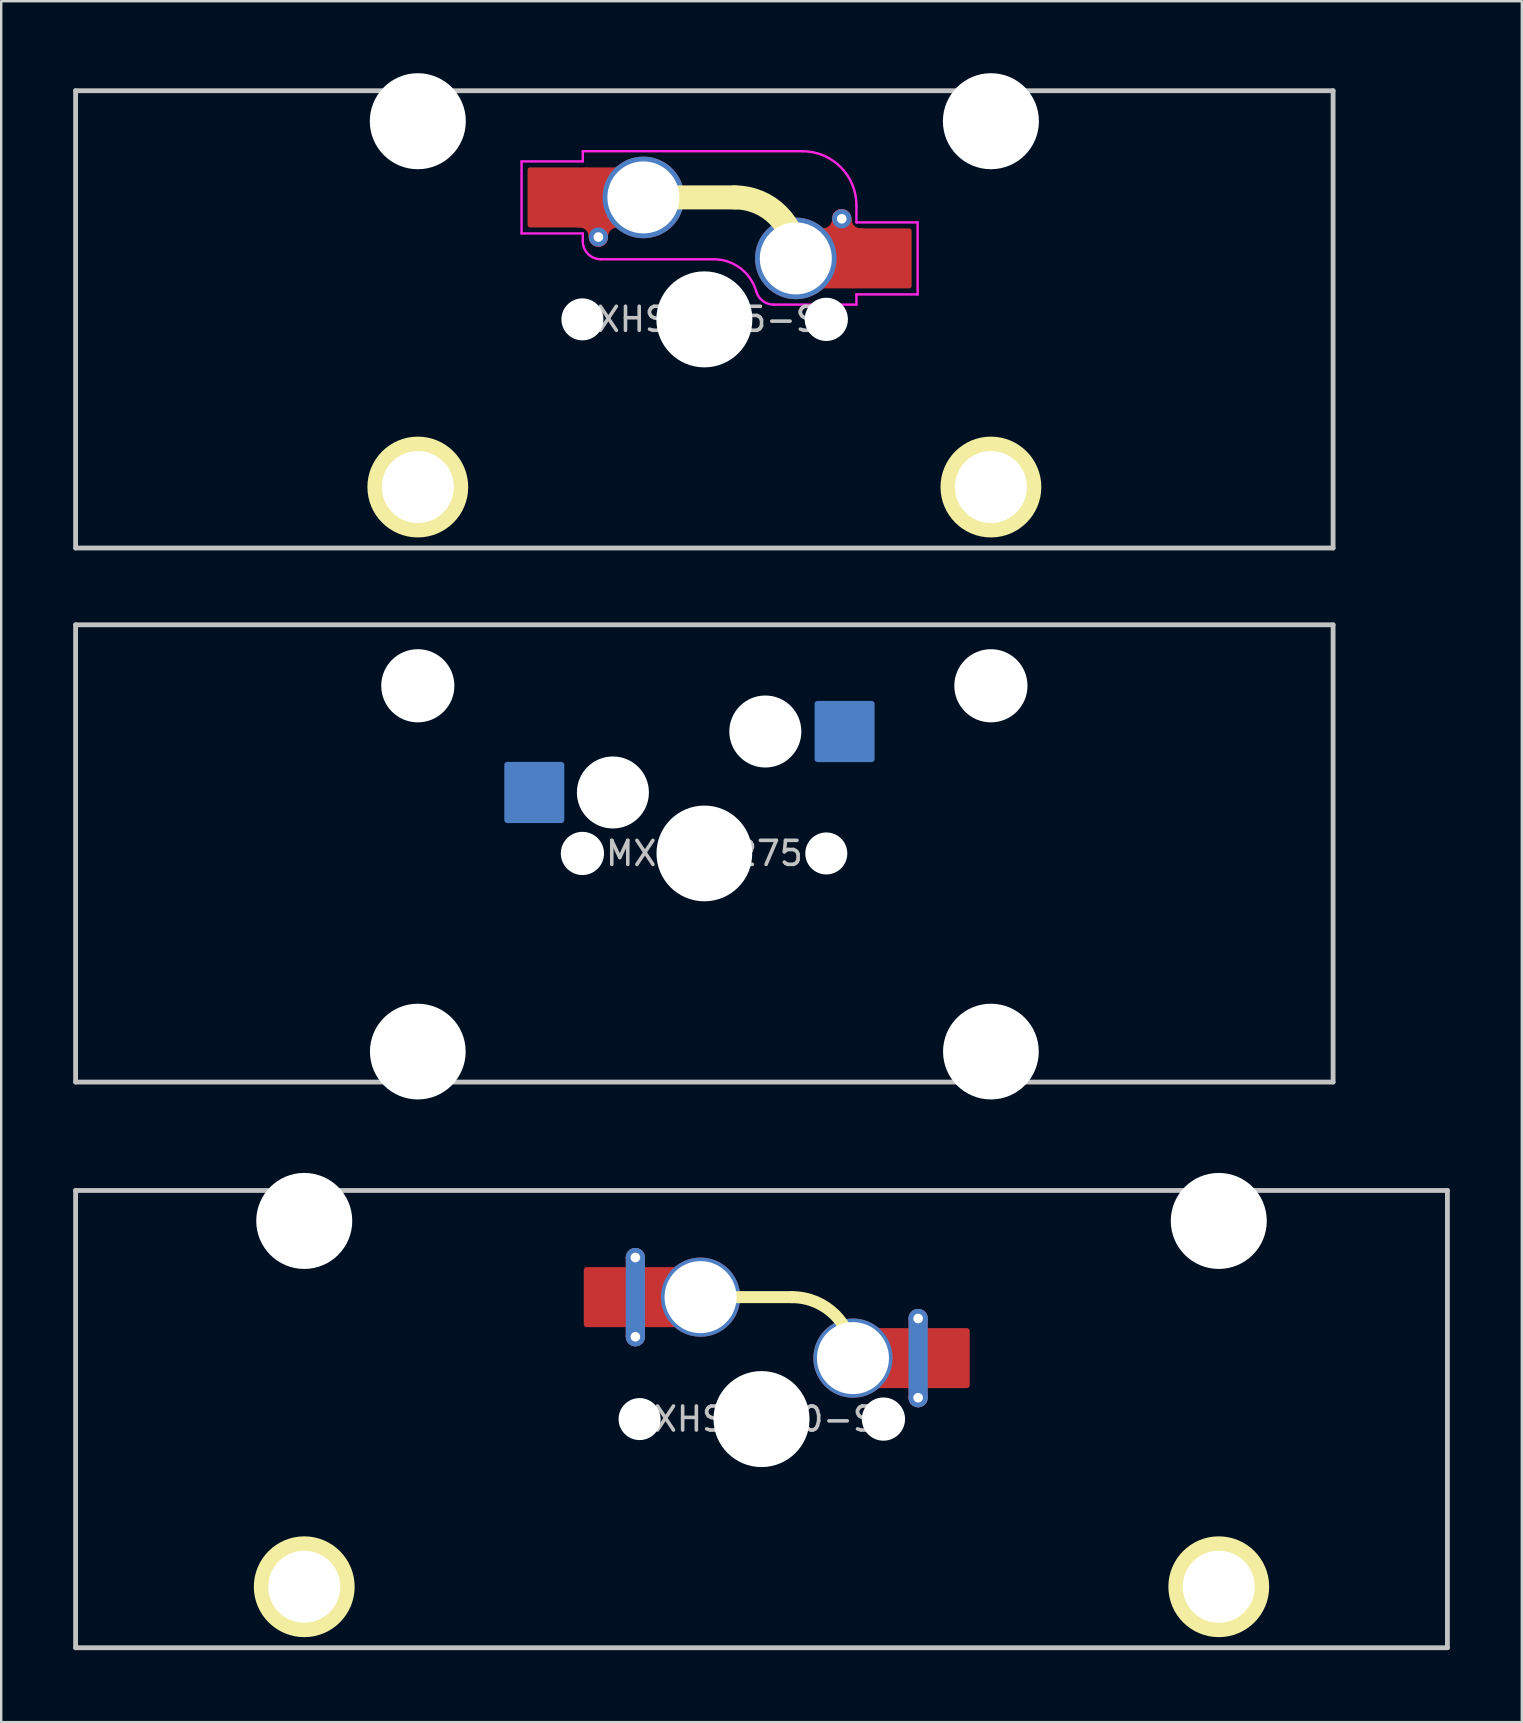
<source format=kicad_pcb>
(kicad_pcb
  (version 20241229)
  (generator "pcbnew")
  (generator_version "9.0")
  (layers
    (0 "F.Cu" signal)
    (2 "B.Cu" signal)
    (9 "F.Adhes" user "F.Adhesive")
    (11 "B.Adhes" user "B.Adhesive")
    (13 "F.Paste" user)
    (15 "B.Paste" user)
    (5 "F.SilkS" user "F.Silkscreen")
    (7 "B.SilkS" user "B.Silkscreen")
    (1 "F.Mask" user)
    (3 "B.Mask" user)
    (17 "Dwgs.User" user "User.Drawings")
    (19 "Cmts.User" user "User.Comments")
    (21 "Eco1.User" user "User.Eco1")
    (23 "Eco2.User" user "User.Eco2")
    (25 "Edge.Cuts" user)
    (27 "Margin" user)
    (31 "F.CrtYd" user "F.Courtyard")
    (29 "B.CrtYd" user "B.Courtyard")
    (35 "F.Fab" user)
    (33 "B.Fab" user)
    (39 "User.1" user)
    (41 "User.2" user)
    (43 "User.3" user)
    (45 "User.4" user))
  (footprint "MXHS-275"
    (layer "F.Cu")
    (at 26.294 32.505)
    (property "Reference" "MXHS-275" (at 0 0 0) (layer "Dwgs.User") (effects (font (size 1 1) (thickness 0.15))))
    (attr through_hole)
    (fp_line (start -26.194 9.525) (end -26.194 -9.525) (stroke (width 0.2) (type solid)) (layer "Dwgs.User"))
    (fp_line (start 26.194 -9.525) (end -26.194 -9.525) (stroke (width 0.2) (type solid)) (layer "Dwgs.User"))
    (fp_line (start 26.194 -9.525) (end 26.194 9.525) (stroke (width 0.2) (type solid)) (layer "Dwgs.User"))
    (fp_line (start 26.194 9.525) (end -26.194 9.525) (stroke (width 0.2) (type solid)) (layer "Dwgs.User"))
    (fp_line (start -15.368 -8.95) (end -15.368 10.25) (stroke (width 0.12) (type solid)) (layer "Eco1.User"))
    (fp_line (start -15.368 10.25) (end 15.368 10.25) (stroke (width 0.12) (type solid)) (layer "Eco1.User"))
    (fp_line (start -8.508 -8.95) (end -15.368 -8.95) (stroke (width 0.12) (type solid)) (layer "Eco1.User"))
    (fp_line (start -8.508 7) (end -8.508 -8.95) (stroke (width 0.12) (type solid)) (layer "Eco1.User"))
    (fp_line (start -7 -7) (end -7 7) (stroke (width 0.12) (type solid)) (layer "Eco1.User"))
    (fp_line (start -7 -7) (end 7 -7) (stroke (width 0.12) (type solid)) (layer "Eco1.User"))
    (fp_line (start -7 7) (end -8.508 7) (stroke (width 0.12) (type solid)) (layer "Eco1.User"))
    (fp_line (start 7 -7) (end 7 7) (stroke (width 0.12) (type solid)) (layer "Eco1.User"))
    (fp_line (start 8.508 -8.95) (end 8.508 7) (stroke (width 0.12) (type solid)) (layer "Eco1.User"))
    (fp_line (start 8.508 7) (end 7 7) (stroke (width 0.12) (type solid)) (layer "Eco1.User"))
    (fp_line (start 15.368 -8.95) (end 8.508 -8.95) (stroke (width 0.12) (type solid)) (layer "Eco1.User"))
    (fp_line (start 15.368 10.25) (end 15.368 -8.95) (stroke (width 0.12) (type solid)) (layer "Eco1.User"))
    (fp_circle (center -11.938 -6.985) (end -9.438 -6.985) (stroke (width 0.12) (type solid)) (fill no) (layer "Eco2.User"))
    (fp_circle (center 11.938 -6.985) (end 14.438 -6.985) (stroke (width 0.12) (type solid)) (fill no) (layer "Eco2.User"))
    (pad "" np_thru_hole circle (at -11.938 -6.985) (size 3.048 3.048) (drill 3.048) (layers "*.Cu" "*.Mask"))
    (pad "" np_thru_hole circle (at -11.938 8.255) (size 3.988 3.988) (drill 3.988) (layers "*.Cu" "*.Mask"))
    (pad "" np_thru_hole circle (at -5.08 0) (size 1.8 1.8) (drill 1.8) (layers "*.Cu" "*.Mask"))
    (pad "" np_thru_hole circle (at -3.81 -2.54) (size 3 3) (drill 3) (layers "*.Cu" "*.Mask"))
    (pad "" np_thru_hole circle (at 0 0) (size 3.988 3.988) (drill 3.988) (layers "*.Cu" "*.Mask"))
    (pad "" np_thru_hole circle (at 2.54 -5.08) (size 3 3) (drill 3) (layers "*.Cu" "*.Mask"))
    (pad "" np_thru_hole circle (at 5.08 0) (size 1.75 1.75) (drill 1.75) (layers "*.Cu" "*.Mask"))
    (pad "" np_thru_hole circle (at 11.938 -6.985) (size 3.048 3.048) (drill 3.048) (layers "*.Cu" "*.Mask"))
    (pad "" np_thru_hole circle (at 11.938 8.255) (size 3.988 3.988) (drill 3.988) (layers "*.Cu" "*.Mask"))
    (pad "1" smd roundrect (at 5.842 -5.08) (size 2.5 2.55) (layers "B.Cu" "B.Mask" "B.Paste") (roundrect_rratio 0.05))
    (pad "2" smd roundrect (at -7.085 -2.54) (size 2.5 2.55) (layers "B.Cu" "B.Mask" "B.Paste") (roundrect_rratio 0.05)))
  (footprint "MXHS-300-SF"
    (layer "F.Cu")
    (at 28.675 56.07)
    (property "Reference" "MXHS-300-SF" (at 0 0 0) (layer "Dwgs.User") (effects (font (size 1 1) (thickness 0.15))))
    (attr through_hole)
    (fp_line (start -2.54 -5.08) (end 1.27 -5.08) (stroke (width 0.5) (type solid)) (layer "F.SilkS"))
    (fp_arc (start 1.27 -5.08) (mid 3.066051 -4.336051) (end 3.81 -2.54) (stroke (width 0.5) (type solid)) (layer "F.SilkS"))
    (fp_circle (center -19.05 6.985) (end -21.05 6.985) (stroke (width 0.2) (type solid)) (fill yes) (layer "F.SilkS"))
    (fp_circle (center 19.05 6.985) (end 17.05 6.985) (stroke (width 0.2) (type solid)) (fill yes) (layer "F.SilkS"))
    (fp_line (start -28.575 -9.525) (end -28.575 9.525) (stroke (width 0.2) (type solid)) (layer "Dwgs.User"))
    (fp_line (start -28.575 9.525) (end 28.575 9.525) (stroke (width 0.2) (type solid)) (layer "Dwgs.User"))
    (fp_line (start 28.575 -9.525) (end -28.575 -9.525) (stroke (width 0.2) (type solid)) (layer "Dwgs.User"))
    (fp_line (start 28.575 9.525) (end 28.575 -9.525) (stroke (width 0.2) (type solid)) (layer "Dwgs.User"))
    (pad "" np_thru_hole circle (at -19.05 -8.255 180) (size 4 4) (drill 4) (layers "*.Cu" "*.Mask"))
    (pad "" np_thru_hole circle (at -19.05 6.985 180) (size 3 3) (drill 3) (layers "*.Cu" "*.Mask"))
    (pad "" np_thru_hole circle (at -5.08 0) (size 1.75 1.75) (drill 1.75) (layers "*.Cu" "*.Mask"))
    (pad "" np_thru_hole circle (at 0 0) (size 4 4) (drill 4) (layers "*.Cu" "*.Mask"))
    (pad "" np_thru_hole circle (at 5.08 0) (size 1.8 1.8) (drill 1.8) (layers "*.Cu" "*.Mask"))
    (pad "" np_thru_hole circle (at 19.05 -8.255 180) (size 4 4) (drill 4) (layers "*.Cu" "*.Mask"))
    (pad "" np_thru_hole circle (at 19.05 6.985 180) (size 3 3) (drill 3) (layers "*.Cu" "*.Mask"))
    (pad "1" thru_hole circle (at 3.81 -2.54) (size 3.3 3.3) (drill 3) (layers "*.Cu" "F.Mask"))
    (pad "1" smd rect (at 5.25 -2.54) (size 2 2.5) (layers "F.Cu"))
    (pad "1" thru_hole circle (at 6.525 -4.19 180) (size 0.8 0.8) (drill 0.4) (layers "*.Cu"))
    (pad "1" smd roundrect (at 6.525 -2.54) (size 0.8 4.1) (layers "F.Cu") (roundrect_rratio 0.5))
    (pad "1" smd roundrect (at 6.525 -2.54) (size 0.8 4.1) (layers "B.Cu") (roundrect_rratio 0.5))
    (pad "1" thru_hole circle (at 6.525 -0.89 180) (size 0.8 0.8) (drill 0.4) (layers "*.Cu"))
    (pad "1" smd roundrect (at 7.4 -2.54) (size 2.55 2.5) (layers "F.Cu" "F.Mask" "F.Paste") (roundrect_rratio 0.05))
    (pad "2" smd roundrect (at -6.13 -5.08) (size 2.55 2.5) (layers "F.Cu" "F.Mask" "F.Paste") (roundrect_rratio 0.05))
    (pad "2" thru_hole circle (at -5.255 -6.73 180) (size 0.8 0.8) (drill 0.4) (layers "*.Cu"))
    (pad "2" smd roundrect (at -5.255 -5.08) (size 0.8 4.1) (layers "F.Cu") (roundrect_rratio 0.5))
    (pad "2" smd roundrect (at -5.255 -5.08) (size 0.8 4.1) (layers "B.Cu") (roundrect_rratio 0.5))
    (pad "2" thru_hole circle (at -5.255 -3.43 180) (size 0.8 0.8) (drill 0.4) (layers "*.Cu"))
    (pad "2" smd rect (at -3.98 -5.08) (size 2 2.5) (layers "F.Cu"))
    (pad "2" thru_hole circle (at -2.54 -5.08) (size 3.3 3.3) (drill 3) (layers "*.Cu" "F.Mask")))
  (footprint "MXHS-275-SF"
    (layer "F.Cu")
    (at 26.294 10.255)
    (property "Reference" "MXHS-275-SF" (at 0 0 0) (layer "Dwgs.User") (effects (font (size 1 1) (thickness 0.15))))
    (attr through_hole)
    (fp_arc (start -5.215 -4.23) (mid -4.649315 -3.995685) (end -4.415 -3.43) (stroke (width 0.8) (type solid)) (layer "F.Cu"))
    (fp_arc (start -4.415 -3.43) (mid -4.180685 -3.995685) (end -3.615 -4.23) (stroke (width 0.8) (type solid)) (layer "F.Cu"))
    (fp_arc (start 5.725 -4.19) (mid 5.490685 -3.624315) (end 4.925 -3.39) (stroke (width 0.8) (type solid)) (layer "F.Cu"))
    (fp_arc (start 6.525 -3.39) (mid 5.959315 -3.624315) (end 5.725 -4.19) (stroke (width 0.8) (type solid)) (layer "F.Cu"))
    (fp_line (start -2.54 -5.08) (end 1.27 -5.08) (stroke (width 1) (type solid)) (layer "F.SilkS"))
    (fp_arc (start 1.27 -5.08) (mid 3.066051 -4.336051) (end 3.81 -2.54) (stroke (width 1) (type solid)) (layer "F.SilkS"))
    (fp_circle (center -11.938 6.985) (end -13.938 6.985) (stroke (width 0.2) (type solid)) (fill yes) (layer "F.SilkS"))
    (fp_circle (center 11.938 6.985) (end 9.938 6.985) (stroke (width 0.2) (type solid)) (fill yes) (layer "F.SilkS"))
    (fp_line (start -26.194 -9.525) (end -26.194 9.525) (stroke (width 0.2) (type solid)) (layer "Dwgs.User"))
    (fp_line (start -26.194 9.525) (end 26.194 9.525) (stroke (width 0.2) (type solid)) (layer "Dwgs.User"))
    (fp_line (start 26.194 -9.525) (end -26.194 -9.525) (stroke (width 0.2) (type solid)) (layer "Dwgs.User"))
    (fp_line (start 26.194 9.525) (end 26.194 -9.525) (stroke (width 0.2) (type solid)) (layer "Dwgs.User"))
    (fp_line (start -7.615 -6.58) (end -5.065 -6.58) (stroke (width 0.1) (type solid)) (layer "F.CrtYd"))
    (fp_line (start -7.615 -3.58) (end -7.615 -6.58) (stroke (width 0.1) (type solid)) (layer "F.CrtYd"))
    (fp_line (start -5.065 -7.005) (end 4.085 -7.005) (stroke (width 0.1) (type solid)) (layer "F.CrtYd"))
    (fp_line (start -5.065 -6.58) (end -5.065 -7.005) (stroke (width 0.1) (type solid)) (layer "F.CrtYd"))
    (fp_line (start -5.065 -3.58) (end -7.615 -3.58) (stroke (width 0.1) (type solid)) (layer "F.CrtYd"))
    (fp_line (start -5.065 -3.255) (end -5.065 -3.58) (stroke (width 0.1) (type solid)) (layer "F.CrtYd"))
    (fp_line (start 0.385 -2.505) (end -4.315 -2.505) (stroke (width 0.1) (type solid)) (layer "F.CrtYd"))
    (fp_line (start 6.335 -4.755) (end 6.335 -4.04) (stroke (width 0.1) (type solid)) (layer "F.CrtYd"))
    (fp_line (start 6.335 -4.04) (end 8.885 -4.04) (stroke (width 0.1) (type solid)) (layer "F.CrtYd"))
    (fp_line (start 6.335 -1.04) (end 6.335 -0.615) (stroke (width 0.1) (type solid)) (layer "F.CrtYd"))
    (fp_line (start 6.335 -0.615) (end 2.885 -0.615) (stroke (width 0.1) (type solid)) (layer "F.CrtYd"))
    (fp_line (start 8.885 -4.04) (end 8.885 -1.04) (stroke (width 0.1) (type solid)) (layer "F.CrtYd"))
    (fp_line (start 8.885 -1.04) (end 6.335 -1.04) (stroke (width 0.1) (type solid)) (layer "F.CrtYd"))
    (fp_arc (start -4.315 -2.505) (mid -4.84533 -2.72467) (end -5.065 -3.255) (stroke (width 0.1) (type solid)) (layer "F.CrtYd"))
    (fp_arc (start 0.385 -2.505) (mid 1.499718 -2.131055) (end 2.163413 -1.16052) (stroke (width 0.1) (type solid)) (layer "F.CrtYd"))
    (fp_arc (start 2.884999 -0.615) (mid 2.432706 -0.766728) (end 2.163413 -1.16052) (stroke (width 0.1) (type solid)) (layer "F.CrtYd"))
    (fp_arc (start 4.085 -7.005) (mid 5.67599 -6.34599) (end 6.335 -4.755) (stroke (width 0.1) (type solid)) (layer "F.CrtYd"))
    (pad "" np_thru_hole circle (at -11.938 -8.255 180) (size 4 4) (drill 4) (layers "*.Cu" "*.Mask"))
    (pad "" np_thru_hole circle (at -11.938 6.985 180) (size 3 3) (drill 3) (layers "*.Cu" "*.Mask"))
    (pad "" np_thru_hole circle (at -5.08 0) (size 1.75 1.75) (drill 1.75) (layers "*.Cu" "*.Mask"))
    (pad "" np_thru_hole circle (at 0 0) (size 4 4) (drill 4) (layers "*.Cu" "*.Mask"))
    (pad "" np_thru_hole circle (at 5.08 0) (size 1.8 1.8) (drill 1.8) (layers "*.Cu" "*.Mask"))
    (pad "" np_thru_hole circle (at 11.938 -8.255 180) (size 4 4) (drill 4) (layers "*.Cu" "*.Mask"))
    (pad "" np_thru_hole circle (at 11.938 6.985 180) (size 3 3) (drill 3) (layers "*.Cu" "*.Mask"))
    (pad "1" thru_hole circle (at 3.81 -2.54) (size 3.4 3.4) (drill 3) (layers "*.Cu" "F.Mask"))
    (pad "1" smd rect (at 5.21 -2.54) (size 2 2.5) (layers "F.Cu"))
    (pad "1" thru_hole circle (at 5.725 -4.19 180) (size 0.8 0.8) (drill 0.4) (layers "*.Cu"))
    (pad "1" smd roundrect (at 5.725 -3.365) (size 0.8 2.45) (layers "F.Cu") (roundrect_rratio 0.5))
    (pad "1" smd roundrect (at 7.36 -2.54) (size 2.55 2.5) (layers "F.Cu" "F.Mask" "F.Paste") (roundrect_rratio 0.04))
    (pad "2" smd roundrect (at -6.09 -5.08) (size 2.55 2.5) (layers "F.Cu" "F.Mask" "F.Paste") (roundrect_rratio 0.04))
    (pad "2" smd roundrect (at -4.415 -4.255) (size 0.8 2.45) (layers "F.Cu") (roundrect_rratio 0.5))
    (pad "2" thru_hole circle (at -4.415 -3.43 180) (size 0.8 0.8) (drill 0.4) (layers "*.Cu"))
    (pad "2" smd rect (at -3.94 -5.08) (size 2 2.5) (layers "F.Cu"))
    (pad "2" thru_hole circle (at -2.54 -5.08) (size 3.4 3.4) (drill 3) (layers "*.Cu" "F.Mask")))
  (gr_rect
    (start -3 -3)
    (end 60.35 68.695)
    (stroke (width 0.1) (type default))
    (fill no)
    (layer "Edge.Cuts")))
</source>
